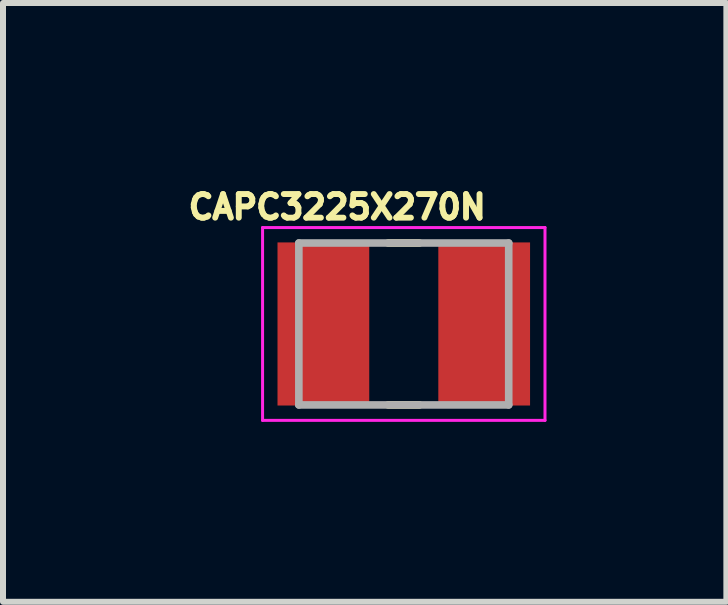
<source format=kicad_pcb>
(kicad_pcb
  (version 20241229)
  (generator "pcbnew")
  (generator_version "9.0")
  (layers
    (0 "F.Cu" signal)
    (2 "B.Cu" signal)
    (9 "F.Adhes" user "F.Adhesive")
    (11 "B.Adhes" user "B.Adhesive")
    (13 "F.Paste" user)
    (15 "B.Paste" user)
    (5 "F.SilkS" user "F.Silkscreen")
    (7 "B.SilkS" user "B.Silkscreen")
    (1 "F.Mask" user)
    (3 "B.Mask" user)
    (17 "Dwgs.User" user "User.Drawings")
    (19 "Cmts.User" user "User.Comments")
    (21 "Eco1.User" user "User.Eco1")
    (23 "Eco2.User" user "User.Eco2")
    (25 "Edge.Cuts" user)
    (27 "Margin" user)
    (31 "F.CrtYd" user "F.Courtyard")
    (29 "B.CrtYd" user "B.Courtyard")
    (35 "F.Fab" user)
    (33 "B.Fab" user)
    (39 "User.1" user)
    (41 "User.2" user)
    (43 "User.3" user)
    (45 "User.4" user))
  (footprint "CAPC3225X270N"
    (layer "F.Cu")
    (at 3.684 2.353)
    (property "Reference" "CAPC3225X270N" (at -1.11 -1.95 0) (layer "F.SilkS") (effects (font (size 0.394 0.394) (thickness 0.15))))
    (attr through_hole)
    (fp_line (start -0.26 -1.35) (end 0.26 -1.35) (stroke (width 0.127) (type solid)) (layer "F.SilkS"))
    (fp_line (start -0.26 1.35) (end 0.26 1.35) (stroke (width 0.127) (type solid)) (layer "F.SilkS"))
    (fp_line (start -2.355 -1.608) (end 2.355 -1.608) (stroke (width 0.05) (type solid)) (layer "F.CrtYd"))
    (fp_line (start -2.355 1.608) (end -2.355 -1.608) (stroke (width 0.05) (type solid)) (layer "F.CrtYd"))
    (fp_line (start -2.355 1.608) (end 2.355 1.608) (stroke (width 0.05) (type solid)) (layer "F.CrtYd"))
    (fp_line (start 2.355 1.608) (end 2.355 -1.608) (stroke (width 0.05) (type solid)) (layer "F.CrtYd"))
    (fp_line (start -1.75 1.35) (end -1.75 -1.35) (stroke (width 0.127) (type solid)) (layer "F.Fab"))
    (fp_line (start 1.75 -1.35) (end -1.75 -1.35) (stroke (width 0.127) (type solid)) (layer "F.Fab"))
    (fp_line (start 1.75 1.35) (end -1.75 1.35) (stroke (width 0.127) (type solid)) (layer "F.Fab"))
    (fp_line (start 1.75 1.35) (end 1.75 -1.35) (stroke (width 0.127) (type solid)) (layer "F.Fab"))
    (pad "1" smd rect (at -1.341 0) (size 1.53 2.72) (layers "F.Cu" "F.Mask" "F.Paste"))
    (pad "2" smd rect (at 1.341 0) (size 1.53 2.72) (layers "F.Cu" "F.Mask" "F.Paste")))
  (gr_rect
    (start -3 -3)
    (end 9.064 6.986)
    (stroke (width 0.1) (type default))
    (fill no)
    (layer "Edge.Cuts")))
</source>
